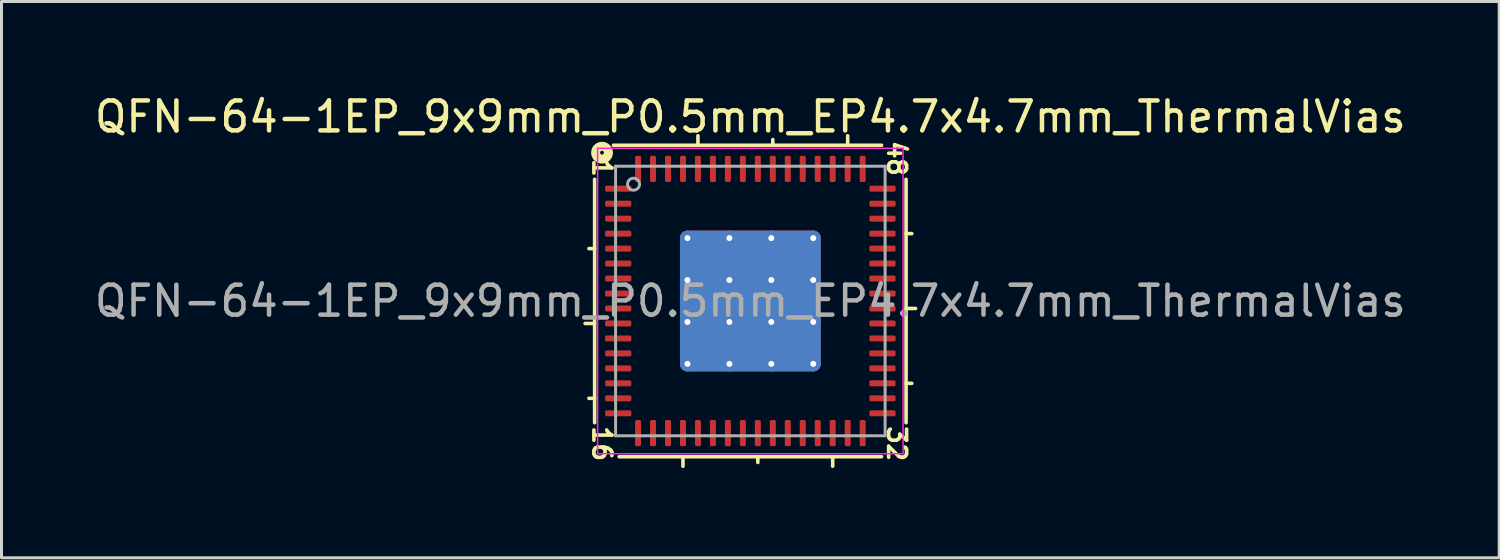
<source format=kicad_pcb>
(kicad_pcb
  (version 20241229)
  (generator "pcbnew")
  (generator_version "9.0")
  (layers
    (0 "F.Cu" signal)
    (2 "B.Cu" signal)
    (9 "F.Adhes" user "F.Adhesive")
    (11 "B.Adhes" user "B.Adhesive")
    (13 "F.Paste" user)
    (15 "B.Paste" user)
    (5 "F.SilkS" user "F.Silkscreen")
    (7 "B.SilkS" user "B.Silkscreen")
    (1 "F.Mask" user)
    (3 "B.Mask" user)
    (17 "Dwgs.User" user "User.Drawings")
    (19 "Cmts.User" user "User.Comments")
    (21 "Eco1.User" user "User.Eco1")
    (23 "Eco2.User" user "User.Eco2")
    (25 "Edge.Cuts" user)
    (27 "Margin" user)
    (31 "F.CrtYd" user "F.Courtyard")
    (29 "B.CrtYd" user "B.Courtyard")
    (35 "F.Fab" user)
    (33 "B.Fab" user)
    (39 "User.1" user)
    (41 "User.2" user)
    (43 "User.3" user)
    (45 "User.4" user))
  (footprint "QFN-64-1EP_9x9mm_P0.5mm_EP4.7x4.7mm_ThermalVias"
    (layer "F.Cu")
    (at 22.006 7.001)
    (property "Reference" "QFN-64-1EP_9x9mm_P0.5mm_EP4.7x4.7mm_ThermalVias" (at 0 -6.152 0) (layer "F.SilkS") (effects (font (size 1 1) (thickness 0.15))))
    (attr smd)
    (fp_line (start -5.2 -4.064) (end -5.2 4.064) (stroke (width 0.12) (type solid)) (layer "F.SilkS"))
    (fp_line (start -5.2 -1.75) (end -5.391 -1.75) (stroke (width 0.12) (type solid)) (layer "F.SilkS"))
    (fp_line (start -5.2 0.75) (end -5.518 0.75) (stroke (width 0.12) (type solid)) (layer "F.SilkS"))
    (fp_line (start -5.2 3.25) (end -5.391 3.25) (stroke (width 0.12) (type solid)) (layer "F.SilkS"))
    (fp_line (start -4.381 5.2) (end 4.381 5.2) (stroke (width 0.12) (type solid)) (layer "F.SilkS"))
    (fp_line (start -2.25 5.2) (end -2.25 5.518) (stroke (width 0.12) (type solid)) (layer "F.SilkS"))
    (fp_line (start -1.75 -5.2) (end -1.75 -5.518) (stroke (width 0.12) (type solid)) (layer "F.SilkS"))
    (fp_line (start 0.25 5.2) (end 0.25 5.391) (stroke (width 0.12) (type solid)) (layer "F.SilkS"))
    (fp_line (start 0.75 -5.2) (end 0.75 -5.391) (stroke (width 0.12) (type solid)) (layer "F.SilkS"))
    (fp_line (start 2.75 5.2) (end 2.75 5.518) (stroke (width 0.12) (type solid)) (layer "F.SilkS"))
    (fp_line (start 3.25 -5.2) (end 3.25 -5.518) (stroke (width 0.12) (type solid)) (layer "F.SilkS"))
    (fp_line (start 4.381 -5.2) (end -4.572 -5.2) (stroke (width 0.12) (type solid)) (layer "F.SilkS"))
    (fp_line (start 5.2 -2.25) (end 5.391 -2.25) (stroke (width 0.12) (type solid)) (layer "F.SilkS"))
    (fp_line (start 5.2 0.25) (end 5.518 0.25) (stroke (width 0.12) (type solid)) (layer "F.SilkS"))
    (fp_line (start 5.2 2.75) (end 5.391 2.75) (stroke (width 0.12) (type solid)) (layer "F.SilkS"))
    (fp_line (start 5.2 4.064) (end 5.2 -4.064) (stroke (width 0.12) (type solid)) (layer "F.SilkS"))
    (fp_circle (center -4.953 -4.953) (end -4.889 -4.953) (stroke (width 0.3) (type solid)) (fill no) (layer "F.SilkS"))
    (fp_line (start -5.1 -5.1) (end -5.1 5.1) (stroke (width 0.05) (type solid)) (layer "F.CrtYd"))
    (fp_line (start -5.1 5.1) (end 5.1 5.1) (stroke (width 0.05) (type solid)) (layer "F.CrtYd"))
    (fp_line (start 5.1 -5.1) (end -5.1 -5.1) (stroke (width 0.05) (type solid)) (layer "F.CrtYd"))
    (fp_line (start 5.1 5.1) (end 5.1 -5.1) (stroke (width 0.05) (type solid)) (layer "F.CrtYd"))
    (fp_line (start -4.5 -4.5) (end 4.5 -4.5) (stroke (width 0.1) (type solid)) (layer "F.Fab"))
    (fp_line (start -4.5 4.5) (end -4.5 -4.5) (stroke (width 0.1) (type solid)) (layer "F.Fab"))
    (fp_line (start 4.5 -4.5) (end 4.5 4.5) (stroke (width 0.1) (type solid)) (layer "F.Fab"))
    (fp_line (start 4.5 4.5) (end -4.5 4.5) (stroke (width 0.1) (type solid)) (layer "F.Fab"))
    (fp_circle (center -3.9 -3.9) (end -3.7 -3.9) (stroke (width 0.1) (type solid)) (fill no) (layer "F.Fab"))
    (fp_text user "32" (at 4.889 4.763 270) (unlocked yes) (layer "F.SilkS") (effects (font (size 0.6 0.6) (thickness 0.12))))
    (fp_text user "16" (at -4.953 4.763 270) (unlocked yes) (layer "F.SilkS") (effects (font (size 0.6 0.6) (thickness 0.12))))
    (fp_text user "48" (at 4.889 -4.763 270) (unlocked yes) (layer "F.SilkS") (effects (font (size 0.6 0.6) (thickness 0.12))))
    (fp_text user "1" (at -4.953 -4.445 270) (unlocked yes) (layer "F.SilkS") (effects (font (size 0.6 0.6) (thickness 0.12))))
    (fp_text user "${REFERENCE}" (at 0 0 0) (layer "F.Fab") (effects (font (size 1 1) (thickness 0.15))))
    (pad "" smd roundrect (at -1.4 -1.4) (size 1.263 1.263) (layers "F.Paste") (roundrect_rratio 0.198))
    (pad "" smd roundrect (at -1.4 0) (size 1.263 1.263) (layers "F.Paste") (roundrect_rratio 0.198))
    (pad "" smd roundrect (at -1.4 1.4) (size 1.263 1.263) (layers "F.Paste") (roundrect_rratio 0.198))
    (pad "" smd roundrect (at 0 -1.4) (size 1.263 1.263) (layers "F.Paste") (roundrect_rratio 0.198))
    (pad "" smd roundrect (at 0 0) (size 1.263 1.263) (layers "F.Paste") (roundrect_rratio 0.198))
    (pad "" smd roundrect (at 0 1.4) (size 1.263 1.263) (layers "F.Paste") (roundrect_rratio 0.198))
    (pad "" smd roundrect (at 1.4 -1.4) (size 1.263 1.263) (layers "F.Paste") (roundrect_rratio 0.198))
    (pad "" smd roundrect (at 1.4 0) (size 1.263 1.263) (layers "F.Paste") (roundrect_rratio 0.198))
    (pad "" smd roundrect (at 1.4 1.4) (size 1.263 1.263) (layers "F.Paste") (roundrect_rratio 0.198))
    (pad "1" smd roundrect (at -4.412 -3.75) (size 0.875 0.2) (layers "F.Cu" "F.Mask" "F.Paste") (roundrect_rratio 0.25))
    (pad "2" smd roundrect (at -4.412 -3.25) (size 0.875 0.2) (layers "F.Cu" "F.Mask" "F.Paste") (roundrect_rratio 0.25))
    (pad "3" smd roundrect (at -4.412 -2.75) (size 0.875 0.2) (layers "F.Cu" "F.Mask" "F.Paste") (roundrect_rratio 0.25))
    (pad "4" smd roundrect (at -4.412 -2.25) (size 0.875 0.2) (layers "F.Cu" "F.Mask" "F.Paste") (roundrect_rratio 0.25))
    (pad "5" smd roundrect (at -4.412 -1.75) (size 0.875 0.2) (layers "F.Cu" "F.Mask" "F.Paste") (roundrect_rratio 0.25))
    (pad "6" smd roundrect (at -4.412 -1.25) (size 0.875 0.2) (layers "F.Cu" "F.Mask" "F.Paste") (roundrect_rratio 0.25))
    (pad "7" smd roundrect (at -4.412 -0.75) (size 0.875 0.2) (layers "F.Cu" "F.Mask" "F.Paste") (roundrect_rratio 0.25))
    (pad "8" smd roundrect (at -4.412 -0.25) (size 0.875 0.2) (layers "F.Cu" "F.Mask" "F.Paste") (roundrect_rratio 0.25))
    (pad "9" smd roundrect (at -4.412 0.25) (size 0.875 0.2) (layers "F.Cu" "F.Mask" "F.Paste") (roundrect_rratio 0.25))
    (pad "10" smd roundrect (at -4.412 0.75) (size 0.875 0.2) (layers "F.Cu" "F.Mask" "F.Paste") (roundrect_rratio 0.25))
    (pad "11" smd roundrect (at -4.412 1.25) (size 0.875 0.2) (layers "F.Cu" "F.Mask" "F.Paste") (roundrect_rratio 0.25))
    (pad "12" smd roundrect (at -4.412 1.75) (size 0.875 0.2) (layers "F.Cu" "F.Mask" "F.Paste") (roundrect_rratio 0.25))
    (pad "13" smd roundrect (at -4.412 2.25) (size 0.875 0.2) (layers "F.Cu" "F.Mask" "F.Paste") (roundrect_rratio 0.25))
    (pad "14" smd roundrect (at -4.412 2.75) (size 0.875 0.2) (layers "F.Cu" "F.Mask" "F.Paste") (roundrect_rratio 0.25))
    (pad "15" smd roundrect (at -4.412 3.25) (size 0.875 0.2) (layers "F.Cu" "F.Mask" "F.Paste") (roundrect_rratio 0.25))
    (pad "16" smd roundrect (at -4.412 3.75) (size 0.875 0.2) (layers "F.Cu" "F.Mask" "F.Paste") (roundrect_rratio 0.25))
    (pad "17" smd roundrect (at -3.75 4.412) (size 0.2 0.875) (layers "F.Cu" "F.Mask" "F.Paste") (roundrect_rratio 0.25))
    (pad "18" smd roundrect (at -3.25 4.412) (size 0.2 0.875) (layers "F.Cu" "F.Mask" "F.Paste") (roundrect_rratio 0.25))
    (pad "19" smd roundrect (at -2.75 4.412) (size 0.2 0.875) (layers "F.Cu" "F.Mask" "F.Paste") (roundrect_rratio 0.25))
    (pad "20" smd roundrect (at -2.25 4.412) (size 0.2 0.875) (layers "F.Cu" "F.Mask" "F.Paste") (roundrect_rratio 0.25))
    (pad "21" smd roundrect (at -1.75 4.412) (size 0.2 0.875) (layers "F.Cu" "F.Mask" "F.Paste") (roundrect_rratio 0.25))
    (pad "22" smd roundrect (at -1.25 4.412) (size 0.2 0.875) (layers "F.Cu" "F.Mask" "F.Paste") (roundrect_rratio 0.25))
    (pad "23" smd roundrect (at -0.75 4.412) (size 0.2 0.875) (layers "F.Cu" "F.Mask" "F.Paste") (roundrect_rratio 0.25))
    (pad "24" smd roundrect (at -0.25 4.412) (size 0.2 0.875) (layers "F.Cu" "F.Mask" "F.Paste") (roundrect_rratio 0.25))
    (pad "25" smd roundrect (at 0.25 4.412) (size 0.2 0.875) (layers "F.Cu" "F.Mask" "F.Paste") (roundrect_rratio 0.25))
    (pad "26" smd roundrect (at 0.75 4.412) (size 0.2 0.875) (layers "F.Cu" "F.Mask" "F.Paste") (roundrect_rratio 0.25))
    (pad "27" smd roundrect (at 1.25 4.412) (size 0.2 0.875) (layers "F.Cu" "F.Mask" "F.Paste") (roundrect_rratio 0.25))
    (pad "28" smd roundrect (at 1.75 4.412) (size 0.2 0.875) (layers "F.Cu" "F.Mask" "F.Paste") (roundrect_rratio 0.25))
    (pad "29" smd roundrect (at 2.25 4.412) (size 0.2 0.875) (layers "F.Cu" "F.Mask" "F.Paste") (roundrect_rratio 0.25))
    (pad "30" smd roundrect (at 2.75 4.412) (size 0.2 0.875) (layers "F.Cu" "F.Mask" "F.Paste") (roundrect_rratio 0.25))
    (pad "31" smd roundrect (at 3.25 4.412) (size 0.2 0.875) (layers "F.Cu" "F.Mask" "F.Paste") (roundrect_rratio 0.25))
    (pad "32" smd roundrect (at 3.75 4.412) (size 0.2 0.875) (layers "F.Cu" "F.Mask" "F.Paste") (roundrect_rratio 0.25))
    (pad "33" smd roundrect (at 4.412 3.75) (size 0.875 0.2) (layers "F.Cu" "F.Mask" "F.Paste") (roundrect_rratio 0.25))
    (pad "34" smd roundrect (at 4.412 3.25) (size 0.875 0.2) (layers "F.Cu" "F.Mask" "F.Paste") (roundrect_rratio 0.25))
    (pad "35" smd roundrect (at 4.412 2.75) (size 0.875 0.2) (layers "F.Cu" "F.Mask" "F.Paste") (roundrect_rratio 0.25))
    (pad "36" smd roundrect (at 4.412 2.25) (size 0.875 0.2) (layers "F.Cu" "F.Mask" "F.Paste") (roundrect_rratio 0.25))
    (pad "37" smd roundrect (at 4.412 1.75) (size 0.875 0.2) (layers "F.Cu" "F.Mask" "F.Paste") (roundrect_rratio 0.25))
    (pad "38" smd roundrect (at 4.412 1.25) (size 0.875 0.2) (layers "F.Cu" "F.Mask" "F.Paste") (roundrect_rratio 0.25))
    (pad "39" smd roundrect (at 4.412 0.75) (size 0.875 0.2) (layers "F.Cu" "F.Mask" "F.Paste") (roundrect_rratio 0.25))
    (pad "40" smd roundrect (at 4.412 0.25) (size 0.875 0.2) (layers "F.Cu" "F.Mask" "F.Paste") (roundrect_rratio 0.25))
    (pad "41" smd roundrect (at 4.412 -0.25) (size 0.875 0.2) (layers "F.Cu" "F.Mask" "F.Paste") (roundrect_rratio 0.25))
    (pad "42" smd roundrect (at 4.412 -0.75) (size 0.875 0.2) (layers "F.Cu" "F.Mask" "F.Paste") (roundrect_rratio 0.25))
    (pad "43" smd roundrect (at 4.412 -1.25) (size 0.875 0.2) (layers "F.Cu" "F.Mask" "F.Paste") (roundrect_rratio 0.25))
    (pad "44" smd roundrect (at 4.412 -1.75) (size 0.875 0.2) (layers "F.Cu" "F.Mask" "F.Paste") (roundrect_rratio 0.25))
    (pad "45" smd roundrect (at 4.412 -2.25) (size 0.875 0.2) (layers "F.Cu" "F.Mask" "F.Paste") (roundrect_rratio 0.25))
    (pad "46" smd roundrect (at 4.412 -2.75) (size 0.875 0.2) (layers "F.Cu" "F.Mask" "F.Paste") (roundrect_rratio 0.25))
    (pad "47" smd roundrect (at 4.412 -3.25) (size 0.875 0.2) (layers "F.Cu" "F.Mask" "F.Paste") (roundrect_rratio 0.25))
    (pad "48" smd roundrect (at 4.412 -3.75) (size 0.875 0.2) (layers "F.Cu" "F.Mask" "F.Paste") (roundrect_rratio 0.25))
    (pad "49" smd roundrect (at 3.75 -4.412) (size 0.2 0.875) (layers "F.Cu" "F.Mask" "F.Paste") (roundrect_rratio 0.25))
    (pad "50" smd roundrect (at 3.25 -4.412) (size 0.2 0.875) (layers "F.Cu" "F.Mask" "F.Paste") (roundrect_rratio 0.25))
    (pad "51" smd roundrect (at 2.75 -4.412) (size 0.2 0.875) (layers "F.Cu" "F.Mask" "F.Paste") (roundrect_rratio 0.25))
    (pad "52" smd roundrect (at 2.25 -4.412) (size 0.2 0.875) (layers "F.Cu" "F.Mask" "F.Paste") (roundrect_rratio 0.25))
    (pad "53" smd roundrect (at 1.75 -4.412) (size 0.2 0.875) (layers "F.Cu" "F.Mask" "F.Paste") (roundrect_rratio 0.25))
    (pad "54" smd roundrect (at 1.25 -4.412) (size 0.2 0.875) (layers "F.Cu" "F.Mask" "F.Paste") (roundrect_rratio 0.25))
    (pad "55" smd roundrect (at 0.75 -4.412) (size 0.2 0.875) (layers "F.Cu" "F.Mask" "F.Paste") (roundrect_rratio 0.25))
    (pad "56" smd roundrect (at 0.25 -4.412) (size 0.2 0.875) (layers "F.Cu" "F.Mask" "F.Paste") (roundrect_rratio 0.25))
    (pad "57" smd roundrect (at -0.25 -4.412) (size 0.2 0.875) (layers "F.Cu" "F.Mask" "F.Paste") (roundrect_rratio 0.25))
    (pad "58" smd roundrect (at -0.75 -4.412) (size 0.2 0.875) (layers "F.Cu" "F.Mask" "F.Paste") (roundrect_rratio 0.25))
    (pad "59" smd roundrect (at -1.25 -4.412) (size 0.2 0.875) (layers "F.Cu" "F.Mask" "F.Paste") (roundrect_rratio 0.25))
    (pad "60" smd roundrect (at -1.75 -4.412) (size 0.2 0.875) (layers "F.Cu" "F.Mask" "F.Paste") (roundrect_rratio 0.25))
    (pad "61" smd roundrect (at -2.25 -4.412) (size 0.2 0.875) (layers "F.Cu" "F.Mask" "F.Paste") (roundrect_rratio 0.25))
    (pad "62" smd roundrect (at -2.75 -4.412) (size 0.2 0.875) (layers "F.Cu" "F.Mask" "F.Paste") (roundrect_rratio 0.25))
    (pad "63" smd roundrect (at -3.25 -4.412) (size 0.2 0.875) (layers "F.Cu" "F.Mask" "F.Paste") (roundrect_rratio 0.25))
    (pad "64" smd roundrect (at -3.75 -4.412) (size 0.2 0.875) (layers "F.Cu" "F.Mask" "F.Paste") (roundrect_rratio 0.25))
    (pad "65" thru_hole circle (at -2.1 -2.1) (size 0.5 0.5) (drill 0.2) (property pad_prop_heatsink) (layers "*.Cu"))
    (pad "65" thru_hole circle (at -2.1 -0.7) (size 0.5 0.5) (drill 0.2) (property pad_prop_heatsink) (layers "*.Cu"))
    (pad "65" thru_hole circle (at -2.1 0.7) (size 0.5 0.5) (drill 0.2) (property pad_prop_heatsink) (layers "*.Cu"))
    (pad "65" thru_hole circle (at -2.1 2.1) (size 0.5 0.5) (drill 0.2) (property pad_prop_heatsink) (layers "*.Cu"))
    (pad "65" thru_hole circle (at -0.7 -2.1) (size 0.5 0.5) (drill 0.2) (property pad_prop_heatsink) (layers "*.Cu"))
    (pad "65" thru_hole circle (at -0.7 -0.7) (size 0.5 0.5) (drill 0.2) (property pad_prop_heatsink) (layers "*.Cu"))
    (pad "65" thru_hole circle (at -0.7 0.7) (size 0.5 0.5) (drill 0.2) (property pad_prop_heatsink) (layers "*.Cu"))
    (pad "65" thru_hole circle (at -0.7 2.1) (size 0.5 0.5) (drill 0.2) (property pad_prop_heatsink) (layers "*.Cu"))
    (pad "65" smd roundrect (at 0 0) (size 4.7 4.7) (layers "F.Cu" "F.Mask") (roundrect_rratio 0.053))
    (pad "65" smd roundrect (at 0 0) (size 4.7 4.7) (layers "B.Cu" "B.Mask") (roundrect_rratio 0.053))
    (pad "65" thru_hole circle (at 0.7 -2.1) (size 0.5 0.5) (drill 0.2) (property pad_prop_heatsink) (layers "*.Cu"))
    (pad "65" thru_hole circle (at 0.7 -0.7) (size 0.5 0.5) (drill 0.2) (property pad_prop_heatsink) (layers "*.Cu"))
    (pad "65" thru_hole circle (at 0.7 0.7) (size 0.5 0.5) (drill 0.2) (property pad_prop_heatsink) (layers "*.Cu"))
    (pad "65" thru_hole circle (at 0.7 2.1) (size 0.5 0.5) (drill 0.2) (property pad_prop_heatsink) (layers "*.Cu"))
    (pad "65" thru_hole circle (at 2.1 -2.1) (size 0.5 0.5) (drill 0.2) (property pad_prop_heatsink) (layers "*.Cu"))
    (pad "65" thru_hole circle (at 2.1 -0.7) (size 0.5 0.5) (drill 0.2) (property pad_prop_heatsink) (layers "*.Cu"))
    (pad "65" thru_hole circle (at 2.1 0.7) (size 0.5 0.5) (drill 0.2) (property pad_prop_heatsink) (layers "*.Cu"))
    (pad "65" thru_hole circle (at 2.1 2.1) (size 0.5 0.5) (drill 0.2) (property pad_prop_heatsink) (layers "*.Cu")))
  (gr_rect
    (start -3 -3)
    (end 47.012 15.578)
    (stroke (width 0.1) (type default))
    (fill no)
    (layer "Edge.Cuts")))
</source>
